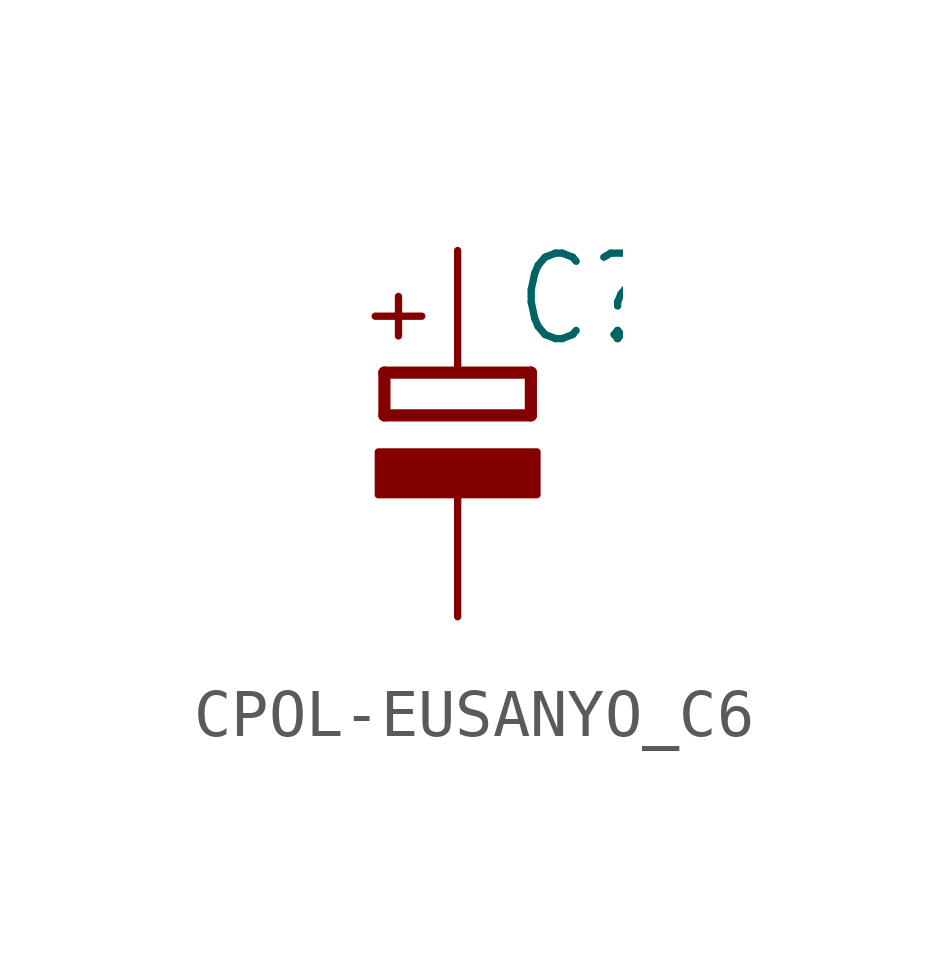
<source format=kicad_sym>
(kicad_symbol_lib
  (version 20241209)
  (generator "kicad_symbol_editor")
  (generator_version "9.0")
  (symbol "CPOL-EUSANYO_C6"
    (property "Reference" "C"
      (at 1.143 0.483 0)
      (effects (font (size 1.778 1.511)) (justify left bottom)))
    (property "Value" ""
      (at 1.143 -4.597 0)
      (effects (font (size 1.778 1.511)) (justify left bottom)))
    (property "ki_locked" ""
      (at 0 0 0)
      (effects (font (size 1.27 1.27))))
    (symbol "CPOL-EUSANYO_C6_1_0"
      (rectangle (start -1.651 -2.54) (end 1.651 -1.651) (stroke (width 0) (type default)) (fill (type outline)))
      (polyline (pts (xy -1.524 0) (xy -1.524 -0.889)) (stroke (width 0.254) (type solid)) (fill (type none)))
      (polyline (pts (xy -1.524 0) (xy 1.524 0)) (stroke (width 0.254) (type solid)) (fill (type none)))
      (polyline (pts (xy -1.524 -0.889) (xy 1.524 -0.889)) (stroke (width 0.254) (type solid)) (fill (type none)))
      (polyline (pts (xy 1.524 -0.889) (xy 1.524 0)) (stroke (width 0.254) (type solid)) (fill (type none)))
      (text "+" (at -0.584 0.406 900) (effects (font (size 1.27 1.079)) (justify left bottom)))
      (pin passive line (at 0 2.54 270) (length 2.54) (name "+" (effects (font (size 0 0)))) (number "+" (effects (font (size 0 0)))))
      (pin passive line (at 0 -5.08 90) (length 2.54) (name "-" (effects (font (size 0 0)))) (number "-" (effects (font (size 0 0))))))))
</source>
